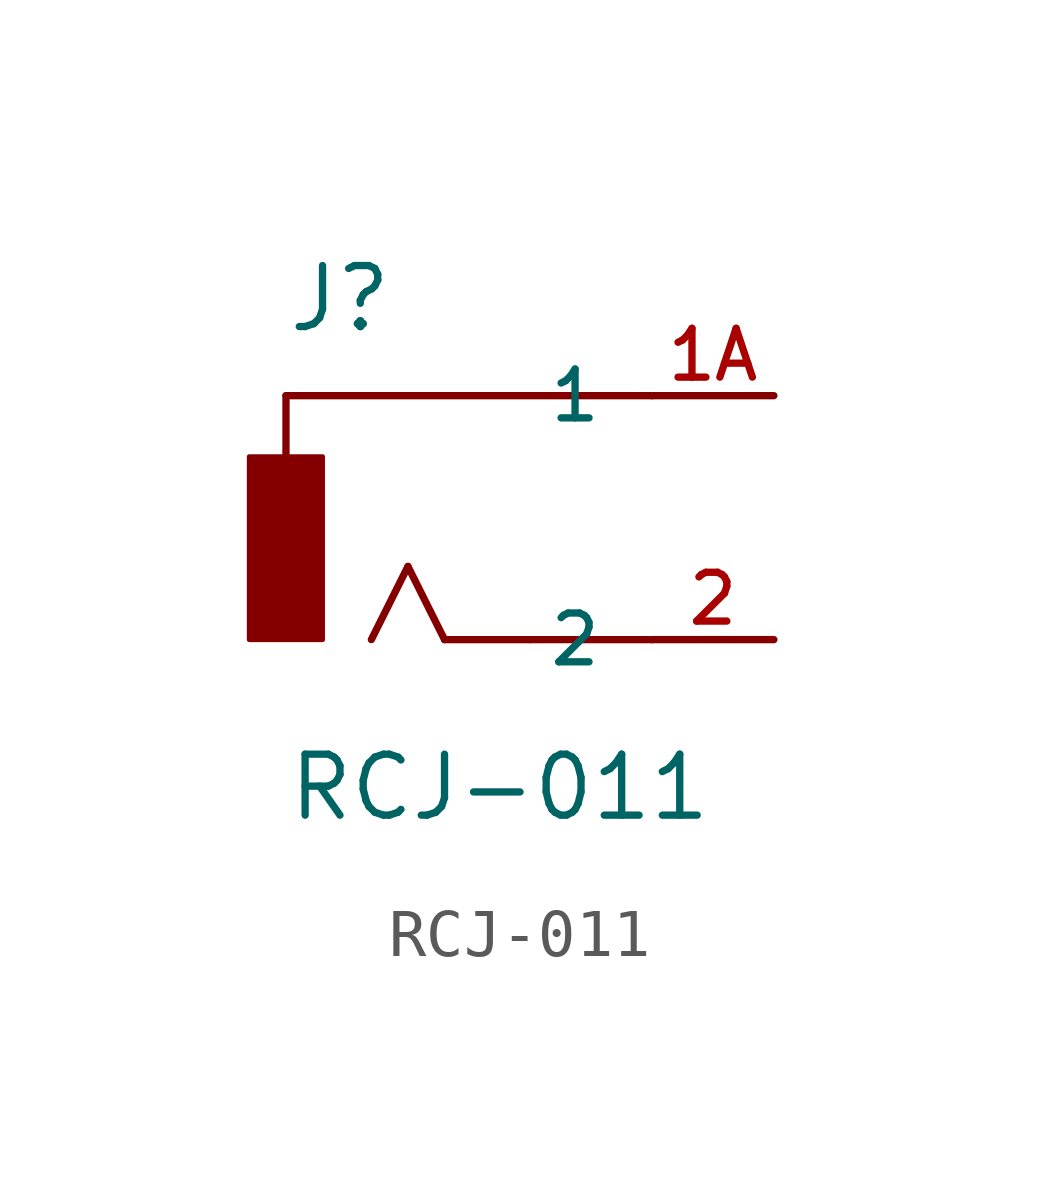
<source format=kicad_sym>
(kicad_symbol_lib
  (version 20211014)
  (generator kicad_symbol_editor)
  (symbol "RCJ-011"
    (pin_names
      (offset 1.016))
    (property "Reference" "J"
      (at -2.544 3.816 0)
      (effects (font (size 1.27 1.27)) (justify bottom left)))
    (property "Value" "RCJ-011"
      (at -2.544 -6.359 0)
      (effects (font (size 1.27 1.27)) (justify bottom left)))
    (symbol "RCJ-011_0_0"
      (polyline (pts (xy 5.08 2.54) (xy -2.54 2.54)) (stroke (width 0.152)))
      (polyline (pts (xy -2.54 2.54) (xy -2.54 1.27)) (stroke (width 0.152)))
      (polyline (pts (xy 5.08 -2.54) (xy 2.54 -2.54)) (stroke (width 0.152)))
      (polyline (pts (xy 2.54 -2.54) (xy 0.762 -2.54)) (stroke (width 0.152)))
      (polyline (pts (xy 0.762 -2.54) (xy 0.0 -1.016)) (stroke (width 0.152)))
      (polyline (pts (xy 0.0 -1.016) (xy -0.762 -2.54)) (stroke (width 0.152)))
      (rectangle (start -3.305 -2.542) (end -1.778 1.27) (stroke (width 0.1)) (fill (type outline)))
      (pin passive line (at 7.62 2.54 180.0) (length 2.54) (name "1" (effects (font (size 1.016 1.016)))) (number "1A" (effects (font (size 1.016 1.016)))))
      (pin passive line (at 7.62 -2.54 180.0) (length 2.54) (name "2" (effects (font (size 1.016 1.016)))) (number "2" (effects (font (size 1.016 1.016))))))))
</source>
